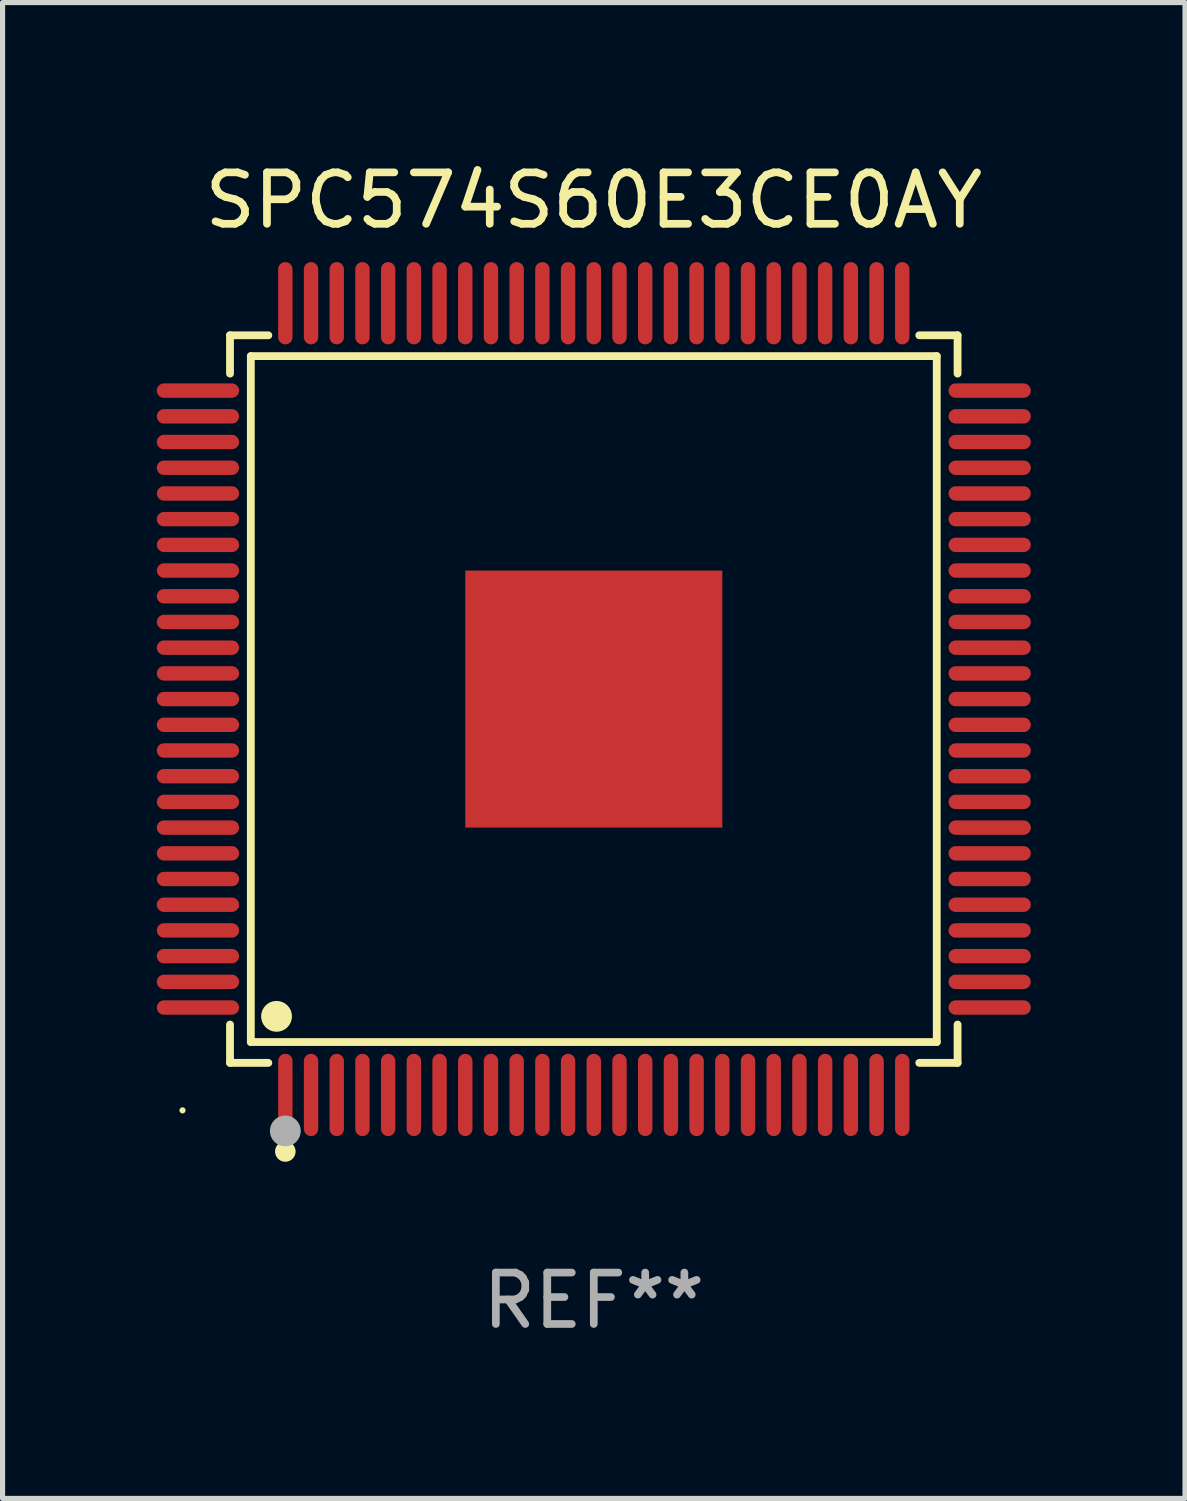
<source format=kicad_pcb>
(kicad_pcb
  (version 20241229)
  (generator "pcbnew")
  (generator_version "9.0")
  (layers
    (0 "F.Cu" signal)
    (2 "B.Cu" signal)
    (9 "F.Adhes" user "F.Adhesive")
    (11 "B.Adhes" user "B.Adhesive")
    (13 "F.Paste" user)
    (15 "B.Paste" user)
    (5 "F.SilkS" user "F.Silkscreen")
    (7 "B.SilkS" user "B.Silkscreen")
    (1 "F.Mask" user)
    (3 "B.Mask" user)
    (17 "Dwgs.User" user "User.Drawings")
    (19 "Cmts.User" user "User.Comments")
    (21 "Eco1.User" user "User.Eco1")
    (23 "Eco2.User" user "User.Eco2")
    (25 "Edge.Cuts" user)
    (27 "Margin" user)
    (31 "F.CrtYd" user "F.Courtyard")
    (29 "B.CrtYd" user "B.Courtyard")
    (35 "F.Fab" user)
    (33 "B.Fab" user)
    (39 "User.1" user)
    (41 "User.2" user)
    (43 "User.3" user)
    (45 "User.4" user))
  (footprint "SPC574S60E3CE0AY"
    (layer "F.Cu")
    (at 8.5 10.548)
    (property "Reference" "SPC574S60E3CE0AY" (at 0 -9.7 0) (layer "F.SilkS") (effects (font (size 1 1) (thickness 0.15))))
    (attr through_hole)
    (fp_line (start -7.076 -7.076) (end -6.331 -7.076) (stroke (width 0.152) (type solid)) (layer "F.SilkS"))
    (fp_line (start -7.076 -6.331) (end -7.076 -7.076) (stroke (width 0.152) (type solid)) (layer "F.SilkS"))
    (fp_line (start -7.076 6.331) (end -7.076 7.076) (stroke (width 0.152) (type solid)) (layer "F.SilkS"))
    (fp_line (start -7.076 7.076) (end -6.331 7.076) (stroke (width 0.152) (type solid)) (layer "F.SilkS"))
    (fp_line (start -6.671 -6.671) (end 6.671 -6.671) (stroke (width 0.152) (type solid)) (layer "F.SilkS"))
    (fp_line (start -6.671 6.671) (end -6.671 -6.671) (stroke (width 0.152) (type solid)) (layer "F.SilkS"))
    (fp_line (start 6.671 -6.671) (end 6.671 6.671) (stroke (width 0.152) (type solid)) (layer "F.SilkS"))
    (fp_line (start 6.671 6.671) (end -6.671 6.671) (stroke (width 0.152) (type solid)) (layer "F.SilkS"))
    (fp_line (start 7.076 -7.076) (end 6.331 -7.076) (stroke (width 0.152) (type solid)) (layer "F.SilkS"))
    (fp_line (start 7.076 -6.331) (end 7.076 -7.076) (stroke (width 0.152) (type solid)) (layer "F.SilkS"))
    (fp_line (start 7.076 6.331) (end 7.076 7.076) (stroke (width 0.152) (type solid)) (layer "F.SilkS"))
    (fp_line (start 7.076 7.076) (end 6.331 7.076) (stroke (width 0.152) (type solid)) (layer "F.SilkS"))
    (fp_circle (center -8 8) (end -7.97 8) (stroke (width 0.06) (type solid)) (fill no) (layer "F.SilkS"))
    (fp_circle (center -6.171 6.171) (end -6.021 6.171) (stroke (width 0.3) (type solid)) (fill no) (layer "F.SilkS"))
    (fp_circle (center -6 8.8) (end -5.9 8.8) (stroke (width 0.2) (type solid)) (fill no) (layer "F.SilkS"))
    (fp_circle (center -6 8.4) (end -5.85 8.4) (stroke (width 0.3) (type solid)) (fill no) (layer "F.Fab"))
    (fp_text user "REF**" (at 0 11.7 0) (layer "F.Fab") (effects (font (size 1 1) (thickness 0.15))))
    (pad "1" smd oval (at -6 7.7) (size 0.28 1.6) (layers "F.Cu" "F.Mask" "F.Paste"))
    (pad "2" smd oval (at -5.5 7.7) (size 0.28 1.6) (layers "F.Cu" "F.Mask" "F.Paste"))
    (pad "3" smd oval (at -5 7.7) (size 0.28 1.6) (layers "F.Cu" "F.Mask" "F.Paste"))
    (pad "4" smd oval (at -4.5 7.7) (size 0.28 1.6) (layers "F.Cu" "F.Mask" "F.Paste"))
    (pad "5" smd oval (at -4 7.7) (size 0.28 1.6) (layers "F.Cu" "F.Mask" "F.Paste"))
    (pad "6" smd oval (at -3.5 7.7) (size 0.28 1.6) (layers "F.Cu" "F.Mask" "F.Paste"))
    (pad "7" smd oval (at -3 7.7) (size 0.28 1.6) (layers "F.Cu" "F.Mask" "F.Paste"))
    (pad "8" smd oval (at -2.5 7.7) (size 0.28 1.6) (layers "F.Cu" "F.Mask" "F.Paste"))
    (pad "9" smd oval (at -2 7.7) (size 0.28 1.6) (layers "F.Cu" "F.Mask" "F.Paste"))
    (pad "10" smd oval (at -1.5 7.7) (size 0.28 1.6) (layers "F.Cu" "F.Mask" "F.Paste"))
    (pad "11" smd oval (at -1 7.7) (size 0.28 1.6) (layers "F.Cu" "F.Mask" "F.Paste"))
    (pad "12" smd oval (at -0.5 7.7) (size 0.28 1.6) (layers "F.Cu" "F.Mask" "F.Paste"))
    (pad "13" smd oval (at 0 7.7) (size 0.28 1.6) (layers "F.Cu" "F.Mask" "F.Paste"))
    (pad "14" smd oval (at 0.5 7.7) (size 0.28 1.6) (layers "F.Cu" "F.Mask" "F.Paste"))
    (pad "15" smd oval (at 1 7.7) (size 0.28 1.6) (layers "F.Cu" "F.Mask" "F.Paste"))
    (pad "16" smd oval (at 1.5 7.7) (size 0.28 1.6) (layers "F.Cu" "F.Mask" "F.Paste"))
    (pad "17" smd oval (at 2 7.7) (size 0.28 1.6) (layers "F.Cu" "F.Mask" "F.Paste"))
    (pad "18" smd oval (at 2.5 7.7) (size 0.28 1.6) (layers "F.Cu" "F.Mask" "F.Paste"))
    (pad "19" smd oval (at 3 7.7) (size 0.28 1.6) (layers "F.Cu" "F.Mask" "F.Paste"))
    (pad "20" smd oval (at 3.5 7.7) (size 0.28 1.6) (layers "F.Cu" "F.Mask" "F.Paste"))
    (pad "21" smd oval (at 4 7.7) (size 0.28 1.6) (layers "F.Cu" "F.Mask" "F.Paste"))
    (pad "22" smd oval (at 4.5 7.7) (size 0.28 1.6) (layers "F.Cu" "F.Mask" "F.Paste"))
    (pad "23" smd oval (at 5 7.7) (size 0.28 1.6) (layers "F.Cu" "F.Mask" "F.Paste"))
    (pad "24" smd oval (at 5.5 7.7) (size 0.28 1.6) (layers "F.Cu" "F.Mask" "F.Paste"))
    (pad "25" smd oval (at 6 7.7) (size 0.28 1.6) (layers "F.Cu" "F.Mask" "F.Paste"))
    (pad "26" smd oval (at 7.7 6) (size 1.6 0.28) (layers "F.Cu" "F.Mask" "F.Paste"))
    (pad "27" smd oval (at 7.7 5.5) (size 1.6 0.28) (layers "F.Cu" "F.Mask" "F.Paste"))
    (pad "28" smd oval (at 7.7 5) (size 1.6 0.28) (layers "F.Cu" "F.Mask" "F.Paste"))
    (pad "29" smd oval (at 7.7 4.5) (size 1.6 0.28) (layers "F.Cu" "F.Mask" "F.Paste"))
    (pad "30" smd oval (at 7.7 4) (size 1.6 0.28) (layers "F.Cu" "F.Mask" "F.Paste"))
    (pad "31" smd oval (at 7.7 3.5) (size 1.6 0.28) (layers "F.Cu" "F.Mask" "F.Paste"))
    (pad "32" smd oval (at 7.7 3) (size 1.6 0.28) (layers "F.Cu" "F.Mask" "F.Paste"))
    (pad "33" smd oval (at 7.7 2.5) (size 1.6 0.28) (layers "F.Cu" "F.Mask" "F.Paste"))
    (pad "34" smd oval (at 7.7 2) (size 1.6 0.28) (layers "F.Cu" "F.Mask" "F.Paste"))
    (pad "35" smd oval (at 7.7 1.5) (size 1.6 0.28) (layers "F.Cu" "F.Mask" "F.Paste"))
    (pad "36" smd oval (at 7.7 1) (size 1.6 0.28) (layers "F.Cu" "F.Mask" "F.Paste"))
    (pad "37" smd oval (at 7.7 0.5) (size 1.6 0.28) (layers "F.Cu" "F.Mask" "F.Paste"))
    (pad "38" smd oval (at 7.7 0) (size 1.6 0.28) (layers "F.Cu" "F.Mask" "F.Paste"))
    (pad "39" smd oval (at 7.7 -0.5) (size 1.6 0.28) (layers "F.Cu" "F.Mask" "F.Paste"))
    (pad "40" smd oval (at 7.7 -1) (size 1.6 0.28) (layers "F.Cu" "F.Mask" "F.Paste"))
    (pad "41" smd oval (at 7.7 -1.5) (size 1.6 0.28) (layers "F.Cu" "F.Mask" "F.Paste"))
    (pad "42" smd oval (at 7.7 -2) (size 1.6 0.28) (layers "F.Cu" "F.Mask" "F.Paste"))
    (pad "43" smd oval (at 7.7 -2.5) (size 1.6 0.28) (layers "F.Cu" "F.Mask" "F.Paste"))
    (pad "44" smd oval (at 7.7 -3) (size 1.6 0.28) (layers "F.Cu" "F.Mask" "F.Paste"))
    (pad "45" smd oval (at 7.7 -3.5) (size 1.6 0.28) (layers "F.Cu" "F.Mask" "F.Paste"))
    (pad "46" smd oval (at 7.7 -4) (size 1.6 0.28) (layers "F.Cu" "F.Mask" "F.Paste"))
    (pad "47" smd oval (at 7.7 -4.5) (size 1.6 0.28) (layers "F.Cu" "F.Mask" "F.Paste"))
    (pad "48" smd oval (at 7.7 -5) (size 1.6 0.28) (layers "F.Cu" "F.Mask" "F.Paste"))
    (pad "49" smd oval (at 7.7 -5.5) (size 1.6 0.28) (layers "F.Cu" "F.Mask" "F.Paste"))
    (pad "50" smd oval (at 7.7 -6) (size 1.6 0.28) (layers "F.Cu" "F.Mask" "F.Paste"))
    (pad "51" smd oval (at 6 -7.7) (size 0.28 1.6) (layers "F.Cu" "F.Mask" "F.Paste"))
    (pad "52" smd oval (at 5.5 -7.7) (size 0.28 1.6) (layers "F.Cu" "F.Mask" "F.Paste"))
    (pad "53" smd oval (at 5 -7.7) (size 0.28 1.6) (layers "F.Cu" "F.Mask" "F.Paste"))
    (pad "54" smd oval (at 4.5 -7.7) (size 0.28 1.6) (layers "F.Cu" "F.Mask" "F.Paste"))
    (pad "55" smd oval (at 4 -7.7) (size 0.28 1.6) (layers "F.Cu" "F.Mask" "F.Paste"))
    (pad "56" smd oval (at 3.5 -7.7) (size 0.28 1.6) (layers "F.Cu" "F.Mask" "F.Paste"))
    (pad "57" smd oval (at 3 -7.7) (size 0.28 1.6) (layers "F.Cu" "F.Mask" "F.Paste"))
    (pad "58" smd oval (at 2.5 -7.7) (size 0.28 1.6) (layers "F.Cu" "F.Mask" "F.Paste"))
    (pad "59" smd oval (at 2 -7.7) (size 0.28 1.6) (layers "F.Cu" "F.Mask" "F.Paste"))
    (pad "60" smd oval (at 1.5 -7.7) (size 0.28 1.6) (layers "F.Cu" "F.Mask" "F.Paste"))
    (pad "61" smd oval (at 1 -7.7) (size 0.28 1.6) (layers "F.Cu" "F.Mask" "F.Paste"))
    (pad "62" smd oval (at 0.5 -7.7) (size 0.28 1.6) (layers "F.Cu" "F.Mask" "F.Paste"))
    (pad "63" smd oval (at 0 -7.7) (size 0.28 1.6) (layers "F.Cu" "F.Mask" "F.Paste"))
    (pad "64" smd oval (at -0.5 -7.7) (size 0.28 1.6) (layers "F.Cu" "F.Mask" "F.Paste"))
    (pad "65" smd oval (at -1 -7.7) (size 0.28 1.6) (layers "F.Cu" "F.Mask" "F.Paste"))
    (pad "66" smd oval (at -1.5 -7.7) (size 0.28 1.6) (layers "F.Cu" "F.Mask" "F.Paste"))
    (pad "67" smd oval (at -2 -7.7) (size 0.28 1.6) (layers "F.Cu" "F.Mask" "F.Paste"))
    (pad "68" smd oval (at -2.5 -7.7) (size 0.28 1.6) (layers "F.Cu" "F.Mask" "F.Paste"))
    (pad "69" smd oval (at -3 -7.7) (size 0.28 1.6) (layers "F.Cu" "F.Mask" "F.Paste"))
    (pad "70" smd oval (at -3.5 -7.7) (size 0.28 1.6) (layers "F.Cu" "F.Mask" "F.Paste"))
    (pad "71" smd oval (at -4 -7.7) (size 0.28 1.6) (layers "F.Cu" "F.Mask" "F.Paste"))
    (pad "72" smd oval (at -4.5 -7.7) (size 0.28 1.6) (layers "F.Cu" "F.Mask" "F.Paste"))
    (pad "73" smd oval (at -5 -7.7) (size 0.28 1.6) (layers "F.Cu" "F.Mask" "F.Paste"))
    (pad "74" smd oval (at -5.5 -7.7) (size 0.28 1.6) (layers "F.Cu" "F.Mask" "F.Paste"))
    (pad "75" smd oval (at -6 -7.7) (size 0.28 1.6) (layers "F.Cu" "F.Mask" "F.Paste"))
    (pad "76" smd oval (at -7.7 -6) (size 1.6 0.28) (layers "F.Cu" "F.Mask" "F.Paste"))
    (pad "77" smd oval (at -7.7 -5.5) (size 1.6 0.28) (layers "F.Cu" "F.Mask" "F.Paste"))
    (pad "78" smd oval (at -7.7 -5) (size 1.6 0.28) (layers "F.Cu" "F.Mask" "F.Paste"))
    (pad "79" smd oval (at -7.7 -4.5) (size 1.6 0.28) (layers "F.Cu" "F.Mask" "F.Paste"))
    (pad "80" smd oval (at -7.7 -4) (size 1.6 0.28) (layers "F.Cu" "F.Mask" "F.Paste"))
    (pad "81" smd oval (at -7.7 -3.5) (size 1.6 0.28) (layers "F.Cu" "F.Mask" "F.Paste"))
    (pad "82" smd oval (at -7.7 -3) (size 1.6 0.28) (layers "F.Cu" "F.Mask" "F.Paste"))
    (pad "83" smd oval (at -7.7 -2.5) (size 1.6 0.28) (layers "F.Cu" "F.Mask" "F.Paste"))
    (pad "84" smd oval (at -7.7 -2) (size 1.6 0.28) (layers "F.Cu" "F.Mask" "F.Paste"))
    (pad "85" smd oval (at -7.7 -1.5) (size 1.6 0.28) (layers "F.Cu" "F.Mask" "F.Paste"))
    (pad "86" smd oval (at -7.7 -1) (size 1.6 0.28) (layers "F.Cu" "F.Mask" "F.Paste"))
    (pad "87" smd oval (at -7.7 -0.5) (size 1.6 0.28) (layers "F.Cu" "F.Mask" "F.Paste"))
    (pad "88" smd oval (at -7.7 0) (size 1.6 0.28) (layers "F.Cu" "F.Mask" "F.Paste"))
    (pad "89" smd oval (at -7.7 0.5) (size 1.6 0.28) (layers "F.Cu" "F.Mask" "F.Paste"))
    (pad "90" smd oval (at -7.7 1) (size 1.6 0.28) (layers "F.Cu" "F.Mask" "F.Paste"))
    (pad "91" smd oval (at -7.7 1.5) (size 1.6 0.28) (layers "F.Cu" "F.Mask" "F.Paste"))
    (pad "92" smd oval (at -7.7 2) (size 1.6 0.28) (layers "F.Cu" "F.Mask" "F.Paste"))
    (pad "93" smd oval (at -7.7 2.5) (size 1.6 0.28) (layers "F.Cu" "F.Mask" "F.Paste"))
    (pad "94" smd oval (at -7.7 3) (size 1.6 0.28) (layers "F.Cu" "F.Mask" "F.Paste"))
    (pad "95" smd oval (at -7.7 3.5) (size 1.6 0.28) (layers "F.Cu" "F.Mask" "F.Paste"))
    (pad "96" smd oval (at -7.7 4) (size 1.6 0.28) (layers "F.Cu" "F.Mask" "F.Paste"))
    (pad "97" smd oval (at -7.7 4.5) (size 1.6 0.28) (layers "F.Cu" "F.Mask" "F.Paste"))
    (pad "98" smd oval (at -7.7 5) (size 1.6 0.28) (layers "F.Cu" "F.Mask" "F.Paste"))
    (pad "99" smd oval (at -7.7 5.5) (size 1.6 0.28) (layers "F.Cu" "F.Mask" "F.Paste"))
    (pad "100" smd oval (at -7.7 6) (size 1.6 0.28) (layers "F.Cu" "F.Mask" "F.Paste"))
    (pad "101" smd rect (at 0 0) (size 5 5) (layers "F.Cu" "F.Mask" "F.Paste")))
  (gr_rect
    (start -3 -3)
    (end 20 26.097)
    (stroke (width 0.1) (type default))
    (fill no)
    (layer "Edge.Cuts")))
</source>
